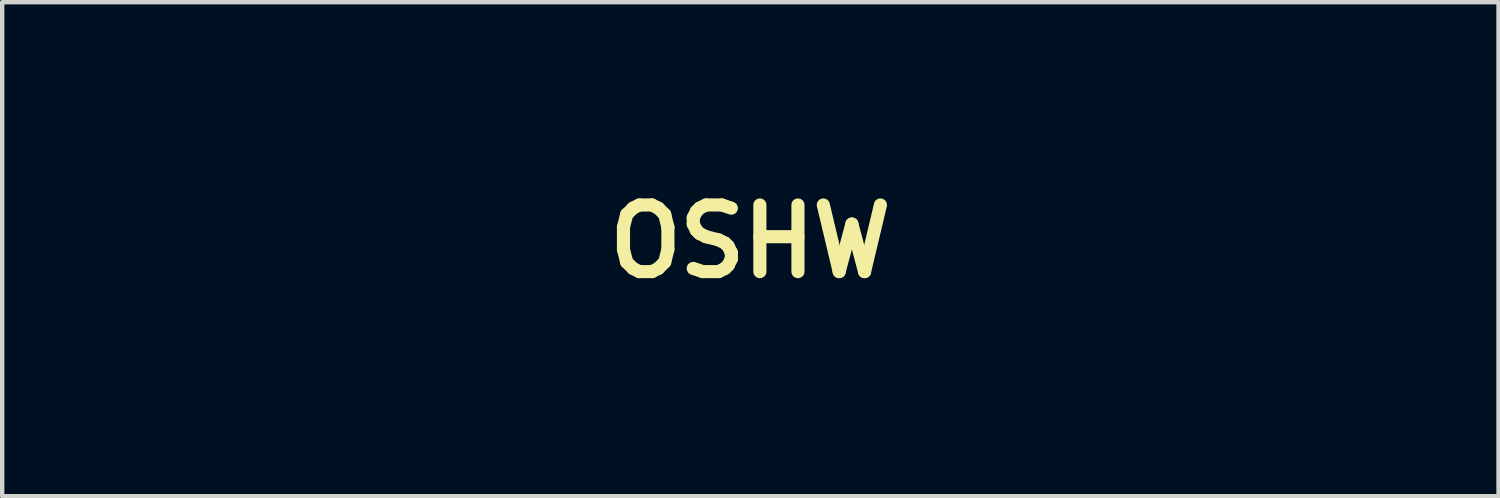
<source format=kicad_pcb>
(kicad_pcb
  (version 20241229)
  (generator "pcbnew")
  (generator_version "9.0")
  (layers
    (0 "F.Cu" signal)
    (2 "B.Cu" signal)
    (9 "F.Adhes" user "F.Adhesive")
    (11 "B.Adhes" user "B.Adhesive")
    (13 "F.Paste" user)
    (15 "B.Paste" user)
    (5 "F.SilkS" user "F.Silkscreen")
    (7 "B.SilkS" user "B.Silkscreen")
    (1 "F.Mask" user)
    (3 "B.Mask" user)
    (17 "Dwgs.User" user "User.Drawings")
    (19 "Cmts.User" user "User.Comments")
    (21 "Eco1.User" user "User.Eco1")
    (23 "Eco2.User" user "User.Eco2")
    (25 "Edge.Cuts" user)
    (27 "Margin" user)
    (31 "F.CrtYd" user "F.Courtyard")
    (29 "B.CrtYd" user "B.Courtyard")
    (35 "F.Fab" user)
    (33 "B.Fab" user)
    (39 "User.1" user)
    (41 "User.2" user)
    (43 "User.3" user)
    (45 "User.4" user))
  (footprint "OSHW"
    (layer "F.Cu")
    (at 14.116 2.474)
    (property "Reference" "OSHW" (at 0 0 0) (layer "F.SilkS") (effects (font (size 1.524 1.524) (thickness 0.3))))
    (attr through_hole)
    (fp_poly (pts (xy 14.111 2.822) (xy -14.111 2.822) (xy -14.111 -2.117) (xy -13.758 -2.117) (xy -13.758 2.469) (xy 13.758 2.469) (xy 13.758 -2.117) (xy -13.758 -2.117) (xy -14.111 -2.117) (xy -14.111 -2.469) (xy 14.111 -2.469) (xy 14.111 2.822)) (stroke (width 0.01) (type solid)) (fill no) (layer "Eco2.User"))
    (fp_poly (pts (xy -9.319 -1.499) (xy -8.824 -1.093) (xy -8.614 -1.058) (xy -8.165 -0.778) (xy -8.114 -0.559) (xy -7.844 0.028) (xy -7.673 0.147) (xy -7.413 0.379) (xy -7.673 0.559) (xy -8.046 1.044) (xy -8.114 1.429) (xy -8.293 1.911) (xy -8.65 1.889) (xy -9.05 1.388) (xy -9.091 0.753) (xy -9.17 0.01) (xy -9.525 -0.176) (xy -9.92 0.096) (xy -9.959 0.753) (xy -10.074 1.58) (xy -10.4 1.889) (xy -10.844 1.837) (xy -10.936 1.429) (xy -11.143 0.77) (xy -11.377 0.559) (xy -11.637 0.327) (xy -11.377 0.147) (xy -10.971 -0.348) (xy -10.936 -0.559) (xy -10.656 -1.007) (xy -10.436 -1.058) (xy -9.85 -1.328) (xy -9.731 -1.499) (xy -9.499 -1.759) (xy -9.319 -1.499)) (stroke (width 0.01) (type solid)) (fill no) (layer "Eco2.User")))
  (gr_rect
    (start -3 -3)
    (end 31.232 8.302)
    (stroke (width 0.1) (type default))
    (fill no)
    (layer "Edge.Cuts")))
</source>
